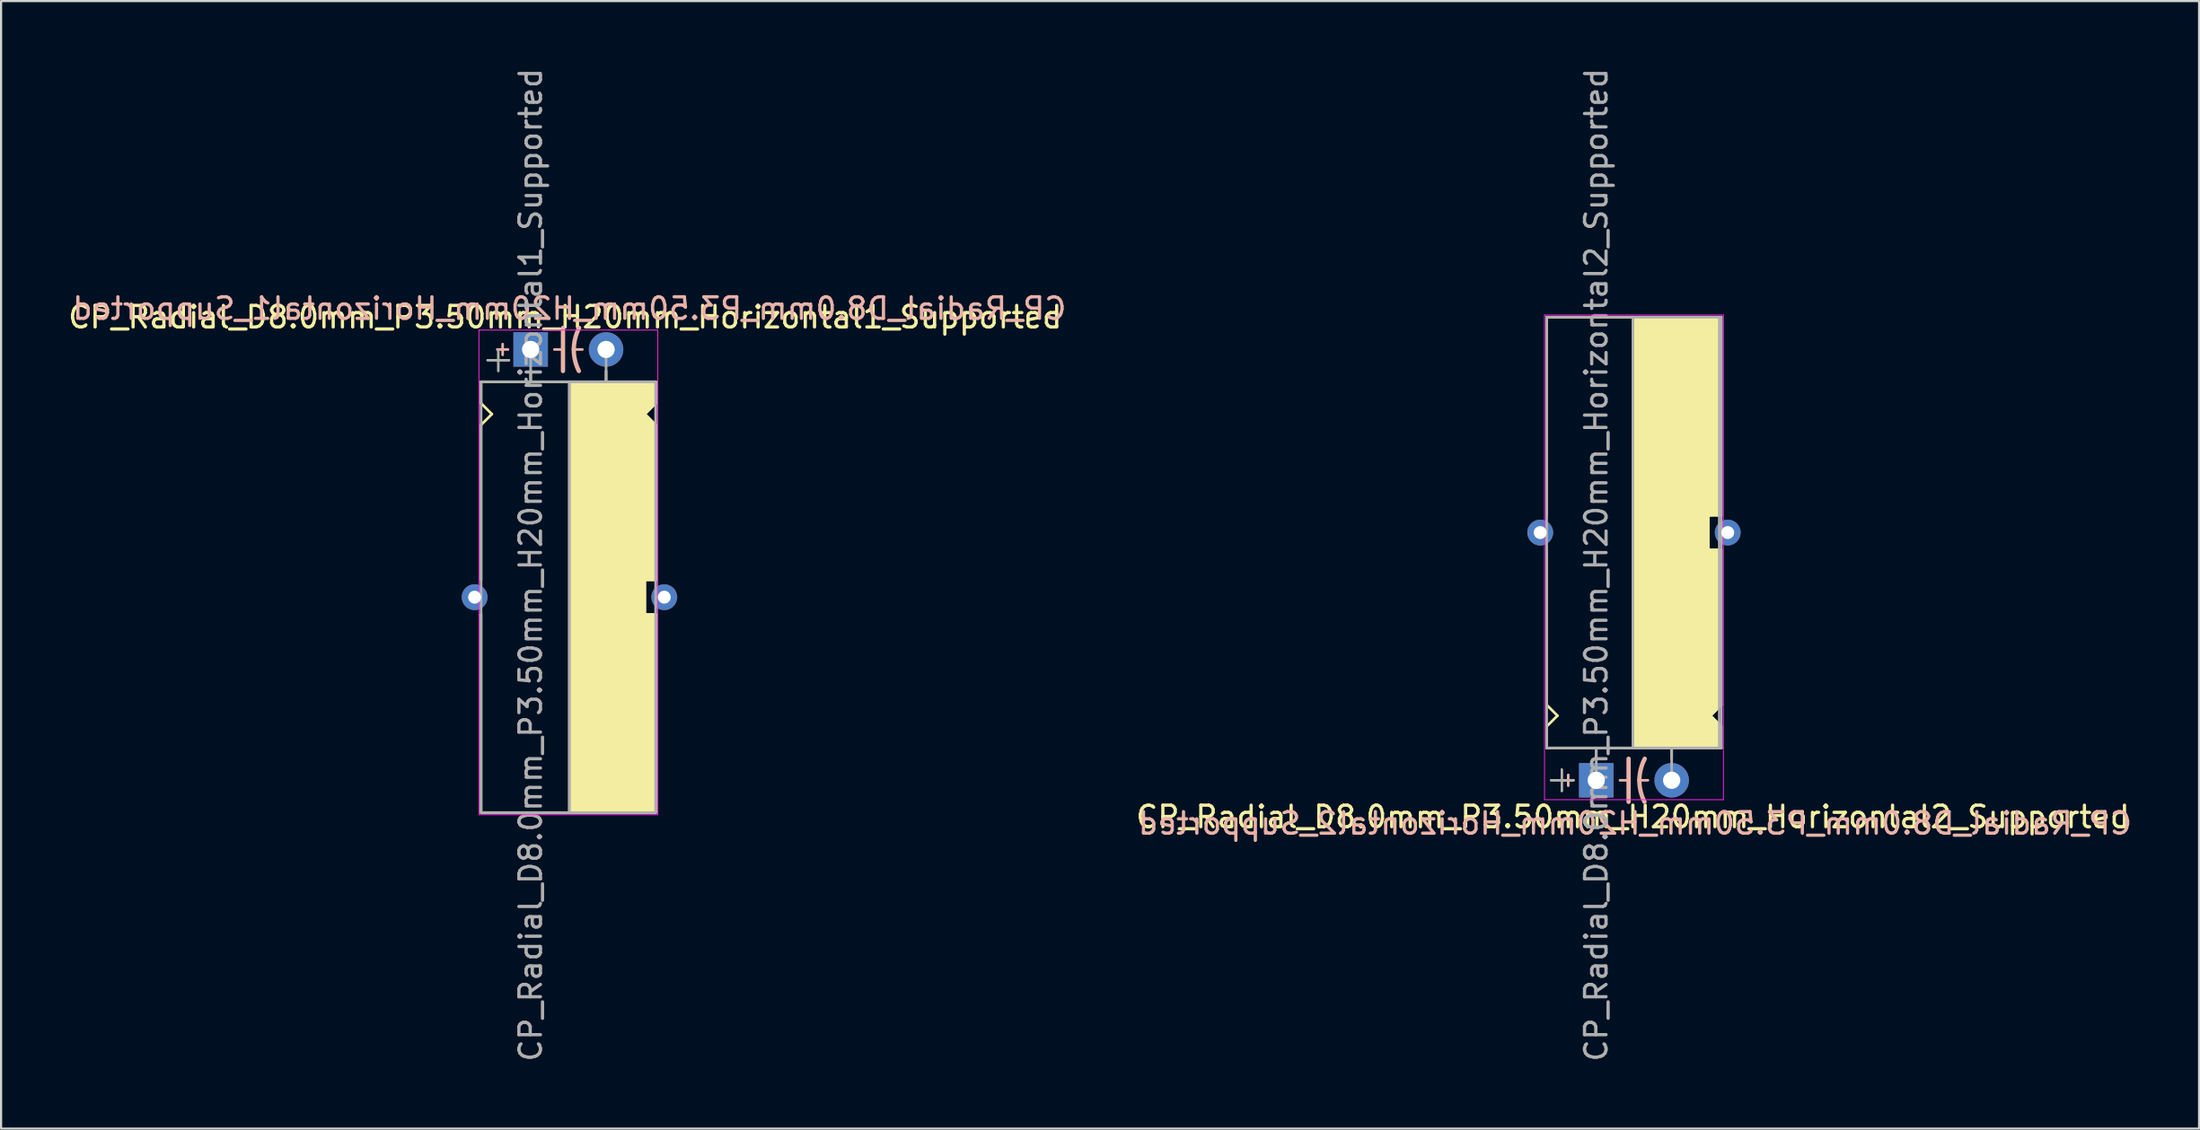
<source format=kicad_pcb>
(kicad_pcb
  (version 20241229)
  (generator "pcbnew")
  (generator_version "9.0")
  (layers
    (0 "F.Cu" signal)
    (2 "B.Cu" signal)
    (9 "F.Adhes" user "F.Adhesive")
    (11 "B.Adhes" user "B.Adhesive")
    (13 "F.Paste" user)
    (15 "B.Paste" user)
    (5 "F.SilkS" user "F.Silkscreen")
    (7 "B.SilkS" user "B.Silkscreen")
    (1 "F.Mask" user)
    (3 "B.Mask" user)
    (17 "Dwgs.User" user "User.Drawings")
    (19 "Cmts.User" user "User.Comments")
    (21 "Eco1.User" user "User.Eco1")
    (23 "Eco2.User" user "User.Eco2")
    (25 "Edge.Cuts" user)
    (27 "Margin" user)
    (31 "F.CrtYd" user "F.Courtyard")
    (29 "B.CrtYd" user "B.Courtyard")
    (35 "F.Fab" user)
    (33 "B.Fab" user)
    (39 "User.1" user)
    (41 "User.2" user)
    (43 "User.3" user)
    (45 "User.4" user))
  (footprint "CP_Radial_D8.0mm_P3.50mm_H20mm_Horizontal2_Supported"
    (layer "F.Cu")
    (at 71.018 33.173)
    (property "Reference" "CP_Radial_D8.0mm_P3.50mm_H20mm_Horizontal2_Supported" (at 1.7 1.7 0) (layer "F.SilkS") (effects (font (size 1 1) (thickness 0.15))))
    (fp_line (start -2.3 -21.5) (end -2.3 -12.3) (stroke (width 0.12) (type solid)) (layer "F.SilkS"))
    (fp_line (start -2.3 -21.5) (end -2.2 -21.5) (stroke (width 0.12) (type solid)) (layer "F.SilkS"))
    (fp_line (start -2.3 -3.5) (end -2.3 -10.7) (stroke (width 0.12) (type solid)) (layer "F.SilkS"))
    (fp_line (start -2.3 -3.5) (end -1.8 -3) (stroke (width 0.12) (type solid)) (layer "F.SilkS"))
    (fp_line (start -2.3 -2.5) (end -2.3 -1.5) (stroke (width 0.12) (type solid)) (layer "F.SilkS"))
    (fp_line (start -2.1 0) (end -1.1 0) (stroke (width 0.1) (type solid)) (layer "F.SilkS"))
    (fp_line (start -1.8 -3) (end -2.3 -2.5) (stroke (width 0.12) (type solid)) (layer "F.SilkS"))
    (fp_line (start -1.6 0.5) (end -1.6 -0.5) (stroke (width 0.1) (type solid)) (layer "F.SilkS"))
    (fp_line (start 0 -1) (end 0 -1.5) (stroke (width 0.12) (type solid)) (layer "F.SilkS"))
    (fp_line (start 1.7 -21.5) (end 1.7 -1.5) (stroke (width 0.12) (type solid)) (layer "F.SilkS"))
    (fp_line (start 3.5 -1) (end 3.5 -1.5) (stroke (width 0.12) (type solid)) (layer "F.SilkS"))
    (fp_line (start 5.2 -12.3) (end 5.2 -10.7) (stroke (width 0.12) (type solid)) (layer "F.SilkS"))
    (fp_line (start 5.2 -10.7) (end 5.8 -10.7) (stroke (width 0.12) (type solid)) (layer "F.SilkS"))
    (fp_line (start 5.3 -12.3) (end 5.2 -12.3) (stroke (width 0.12) (type solid)) (layer "F.SilkS"))
    (fp_line (start 5.3 -3) (end 5.8 -2.5) (stroke (width 0.12) (type solid)) (layer "F.SilkS"))
    (fp_line (start 5.8 -21.5) (end -2.2 -21.5) (stroke (width 0.12) (type solid)) (layer "F.SilkS"))
    (fp_line (start 5.8 -21.5) (end 5.8 -12.3) (stroke (width 0.12) (type solid)) (layer "F.SilkS"))
    (fp_line (start 5.8 -12.3) (end 5.3 -12.3) (stroke (width 0.12) (type solid)) (layer "F.SilkS"))
    (fp_line (start 5.8 -3.5) (end 5.3 -3) (stroke (width 0.12) (type solid)) (layer "F.SilkS"))
    (fp_line (start 5.8 -3.5) (end 5.8 -10.7) (stroke (width 0.12) (type solid)) (layer "F.SilkS"))
    (fp_line (start 5.8 -2.5) (end 5.8 -1.5) (stroke (width 0.12) (type solid)) (layer "F.SilkS"))
    (fp_line (start 5.8 -1.5) (end -2.3 -1.5) (stroke (width 0.12) (type solid)) (layer "F.SilkS"))
    (fp_poly (pts (xy 5.8 -12.3) (xy 5.2 -12.3) (xy 5.2 -10.7) (xy 5.8 -10.7) (xy 5.8 -3.5) (xy 5.3 -3) (xy 5.8 -2.5) (xy 5.8 -1.5) (xy 1.7 -1.5) (xy 1.7 -21.5) (xy 5.8 -21.5)) (stroke (width 0.1) (type solid)) (fill yes) (layer "F.SilkS"))
    (fp_line (start -1.3 -0.25) (end -1.3 0.25) (stroke (width 0.12) (type solid)) (layer "B.SilkS"))
    (fp_line (start -1.05 0) (end -1.55 0) (stroke (width 0.12) (type solid)) (layer "B.SilkS"))
    (fp_line (start 1.1 0) (end 1.5 0) (stroke (width 0.12) (type solid)) (layer "B.SilkS"))
    (fp_line (start 1.5 1) (end 1.5 -1) (stroke (width 0.2) (type solid)) (layer "B.SilkS"))
    (fp_line (start 2.4 0) (end 2 0) (stroke (width 0.12) (type solid)) (layer "B.SilkS"))
    (fp_arc (start 2 0) (mid 2.066707 -0.514573) (end 2.25 -1) (stroke (width 0.2) (type solid)) (layer "B.SilkS"))
    (fp_arc (start 2.237539 1) (mid 2.060247 0.513901) (end 2 0) (stroke (width 0.2) (type solid)) (layer "B.SilkS"))
    (fp_line (start -2.4 -21.6) (end 5.9 -21.6) (stroke (width 0.04) (type solid)) (layer "F.CrtYd"))
    (fp_line (start -2.4 0.9) (end -2.4 -21.6) (stroke (width 0.04) (type solid)) (layer "F.CrtYd"))
    (fp_line (start -2.4 0.9) (end 5.9 0.9) (stroke (width 0.04) (type solid)) (layer "F.CrtYd"))
    (fp_line (start 5.9 -21.6) (end 5.9 -1.5) (stroke (width 0.04) (type solid)) (layer "F.CrtYd"))
    (fp_line (start 5.9 -1.5) (end 5.9 0.9) (stroke (width 0.04) (type solid)) (layer "F.CrtYd"))
    (fp_line (start -2.3 -21.5) (end 5.8 -21.5) (stroke (width 0.12) (type solid)) (layer "F.Fab"))
    (fp_line (start -2.3 -1.5) (end -2.3 -21.5) (stroke (width 0.12) (type solid)) (layer "F.Fab"))
    (fp_line (start -2.1 0) (end -1.1 0) (stroke (width 0.1) (type solid)) (layer "F.Fab"))
    (fp_line (start -1.6 0.5) (end -1.6 -0.5) (stroke (width 0.1) (type solid)) (layer "F.Fab"))
    (fp_line (start 0 -1.5) (end 0 0) (stroke (width 0.12) (type solid)) (layer "F.Fab"))
    (fp_line (start 1.7 -1.5) (end 1.7 -21.5) (stroke (width 0.12) (type solid)) (layer "F.Fab"))
    (fp_line (start 3.5 -1.5) (end 3.5 0) (stroke (width 0.12) (type solid)) (layer "F.Fab"))
    (fp_line (start 5.8 -21.5) (end 5.8 -1.5) (stroke (width 0.12) (type solid)) (layer "F.Fab"))
    (fp_line (start 5.8 -1.5) (end -2.3 -1.5) (stroke (width 0.12) (type solid)) (layer "F.Fab"))
    (fp_poly (pts (xy 1.7 -21.5) (xy 5.7 -21.5) (xy 5.7 -1.5) (xy 1.7 -1.5)) (stroke (width 0.1) (type solid)) (fill no) (layer "F.Fab"))
    (fp_text user "${REFERENCE}" (at 1.8 2 0) (layer "B.SilkS") (effects (font (size 1 1) (thickness 0.15)) (justify mirror)))
    (fp_text user "${REFERENCE}" (at 0 -10 90) (layer "F.Fab") (effects (font (size 1 1) (thickness 0.15))))
    (pad "1" thru_hole rect (at 0 0) (size 1.6 1.6) (drill 0.8) (layers "*.Cu" "*.Mask"))
    (pad "2" thru_hole circle (at 3.5 0) (size 1.6 1.6) (drill 0.8) (layers "*.Cu" "*.Mask"))
    (pad "~" thru_hole circle (at -2.6 -11.5 180) (size 1.2 1.2) (drill 0.6) (layers "*.Cu" "*.Mask"))
    (pad "~" thru_hole circle (at 6.1 -11.5 180) (size 1.2 1.2) (drill 0.6) (layers "*.Cu" "*.Mask")))
  (footprint "CP_Radial_D8.0mm_P3.50mm_H20mm_Horizontal1_Supported"
    (layer "F.Cu")
    (at 21.573 13.173)
    (property "Reference" "CP_Radial_D8.0mm_P3.50mm_H20mm_Horizontal1_Supported" (at 1.6 -1.5 0) (layer "F.SilkS") (effects (font (size 1 1) (thickness 0.15))))
    (fp_line (start -2.3 1.5) (end -2.3 2.5) (stroke (width 0.12) (type solid)) (layer "F.SilkS"))
    (fp_line (start -2.3 1.5) (end 5.8 1.5) (stroke (width 0.12) (type solid)) (layer "F.SilkS"))
    (fp_line (start -2.3 2.5) (end -1.8 3) (stroke (width 0.12) (type solid)) (layer "F.SilkS"))
    (fp_line (start -2.3 10.7) (end -2.3 3.5) (stroke (width 0.12) (type solid)) (layer "F.SilkS"))
    (fp_line (start -2.3 12.3) (end -2.3 21.5) (stroke (width 0.12) (type solid)) (layer "F.SilkS"))
    (fp_line (start -2.3 21.5) (end 5.7 21.5) (stroke (width 0.12) (type solid)) (layer "F.SilkS"))
    (fp_line (start -2 0.5) (end -1 0.5) (stroke (width 0.1) (type solid)) (layer "F.SilkS"))
    (fp_line (start -1.8 3) (end -2.3 3.5) (stroke (width 0.12) (type solid)) (layer "F.SilkS"))
    (fp_line (start -1.5 1) (end -1.5 0) (stroke (width 0.1) (type solid)) (layer "F.SilkS"))
    (fp_line (start 0 1) (end 0 1.5) (stroke (width 0.12) (type solid)) (layer "F.SilkS"))
    (fp_line (start 1.8 21.5) (end 1.8 1.5) (stroke (width 0.12) (type solid)) (layer "F.SilkS"))
    (fp_line (start 3.5 1) (end 3.5 1.5) (stroke (width 0.12) (type solid)) (layer "F.SilkS"))
    (fp_line (start 5.3 3) (end 5.8 2.5) (stroke (width 0.12) (type solid)) (layer "F.SilkS"))
    (fp_line (start 5.3 10.7) (end 5.3 12.3) (stroke (width 0.12) (type solid)) (layer "F.SilkS"))
    (fp_line (start 5.3 12.3) (end 5.8 12.3) (stroke (width 0.12) (type solid)) (layer "F.SilkS"))
    (fp_line (start 5.8 2.5) (end 5.8 1.5) (stroke (width 0.12) (type solid)) (layer "F.SilkS"))
    (fp_line (start 5.8 3.5) (end 5.3 3) (stroke (width 0.12) (type solid)) (layer "F.SilkS"))
    (fp_line (start 5.8 10.7) (end 5.3 10.7) (stroke (width 0.12) (type solid)) (layer "F.SilkS"))
    (fp_line (start 5.8 10.7) (end 5.8 3.5) (stroke (width 0.12) (type solid)) (layer "F.SilkS"))
    (fp_line (start 5.8 12.3) (end 5.8 21.5) (stroke (width 0.12) (type solid)) (layer "F.SilkS"))
    (fp_line (start 5.8 21.5) (end 5.7 21.5) (stroke (width 0.12) (type solid)) (layer "F.SilkS"))
    (fp_poly (pts (xy 5.8 2.5) (xy 5.3 3) (xy 5.8 3.5) (xy 5.8 10.7) (xy 5.3 10.7) (xy 5.3 12.3) (xy 5.8 12.3) (xy 5.8 21.5) (xy 1.8 21.5) (xy 1.8 1.5) (xy 5.8 1.5)) (stroke (width 0.1) (type solid)) (fill yes) (layer "F.SilkS"))
    (fp_line (start -1.3 -0.25) (end -1.3 0.25) (stroke (width 0.12) (type solid)) (layer "B.SilkS"))
    (fp_line (start -1.05 0) (end -1.55 0) (stroke (width 0.12) (type solid)) (layer "B.SilkS"))
    (fp_line (start 1.1 0) (end 1.5 0) (stroke (width 0.12) (type solid)) (layer "B.SilkS"))
    (fp_line (start 1.5 1) (end 1.5 -1) (stroke (width 0.2) (type solid)) (layer "B.SilkS"))
    (fp_line (start 2.4 0) (end 2 0) (stroke (width 0.12) (type solid)) (layer "B.SilkS"))
    (fp_arc (start 2 0) (mid 2.066707 -0.514573) (end 2.25 -1) (stroke (width 0.2) (type solid)) (layer "B.SilkS"))
    (fp_arc (start 2.237539 1) (mid 2.060247 0.513901) (end 2 0) (stroke (width 0.2) (type solid)) (layer "B.SilkS"))
    (fp_line (start -2.4 -0.9) (end 5.9 -0.9) (stroke (width 0.04) (type solid)) (layer "F.CrtYd"))
    (fp_line (start -2.4 1.5) (end -2.4 -0.9) (stroke (width 0.04) (type solid)) (layer "F.CrtYd"))
    (fp_line (start -2.4 21.6) (end -2.4 1.5) (stroke (width 0.04) (type solid)) (layer "F.CrtYd"))
    (fp_line (start 5.9 -0.9) (end 5.9 21.6) (stroke (width 0.04) (type solid)) (layer "F.CrtYd"))
    (fp_line (start 5.9 21.6) (end -2.4 21.6) (stroke (width 0.04) (type solid)) (layer "F.CrtYd"))
    (fp_line (start -2.3 1.5) (end 5.8 1.5) (stroke (width 0.12) (type solid)) (layer "F.Fab"))
    (fp_line (start -2.3 21.5) (end -2.3 1.5) (stroke (width 0.12) (type solid)) (layer "F.Fab"))
    (fp_line (start -2 0.5) (end -1 0.5) (stroke (width 0.1) (type solid)) (layer "F.Fab"))
    (fp_line (start -1.5 1) (end -1.5 0) (stroke (width 0.1) (type solid)) (layer "F.Fab"))
    (fp_line (start 0 1.5) (end 0 0) (stroke (width 0.12) (type solid)) (layer "F.Fab"))
    (fp_line (start 1.8 1.5) (end 1.8 21.5) (stroke (width 0.12) (type solid)) (layer "F.Fab"))
    (fp_line (start 3.5 1.5) (end 3.5 0) (stroke (width 0.12) (type solid)) (layer "F.Fab"))
    (fp_line (start 5.8 1.5) (end 5.8 21.5) (stroke (width 0.12) (type solid)) (layer "F.Fab"))
    (fp_line (start 5.8 21.5) (end -2.3 21.5) (stroke (width 0.12) (type solid)) (layer "F.Fab"))
    (fp_poly (pts (xy 5.8 21.5) (xy 1.8 21.5) (xy 1.8 1.5) (xy 5.8 1.5)) (stroke (width 0.1) (type solid)) (fill no) (layer "F.Fab"))
    (fp_text user "${REFERENCE}" (at 1.8 -1.9 0) (layer "B.SilkS") (effects (font (size 1 1) (thickness 0.15)) (justify mirror)))
    (fp_text user "${REFERENCE}" (at 0 10 90) (layer "F.Fab") (effects (font (size 1 1) (thickness 0.15))))
    (pad "1" thru_hole rect (at 0 0) (size 1.6 1.6) (drill 0.8) (layers "*.Cu" "*.Mask"))
    (pad "2" thru_hole circle (at 3.5 0) (size 1.6 1.6) (drill 0.8) (layers "*.Cu" "*.Mask"))
    (pad "~" thru_hole circle (at -2.6 11.5) (size 1.2 1.2) (drill 0.6) (layers "*.Cu" "*.Mask"))
    (pad "~" thru_hole circle (at 6.2 11.5) (size 1.2 1.2) (drill 0.6) (layers "*.Cu" "*.Mask")))
  (gr_rect
    (start -3 -3)
    (end 98.99 49.345)
    (stroke (width 0.1) (type default))
    (fill no)
    (layer "Edge.Cuts")))
</source>
